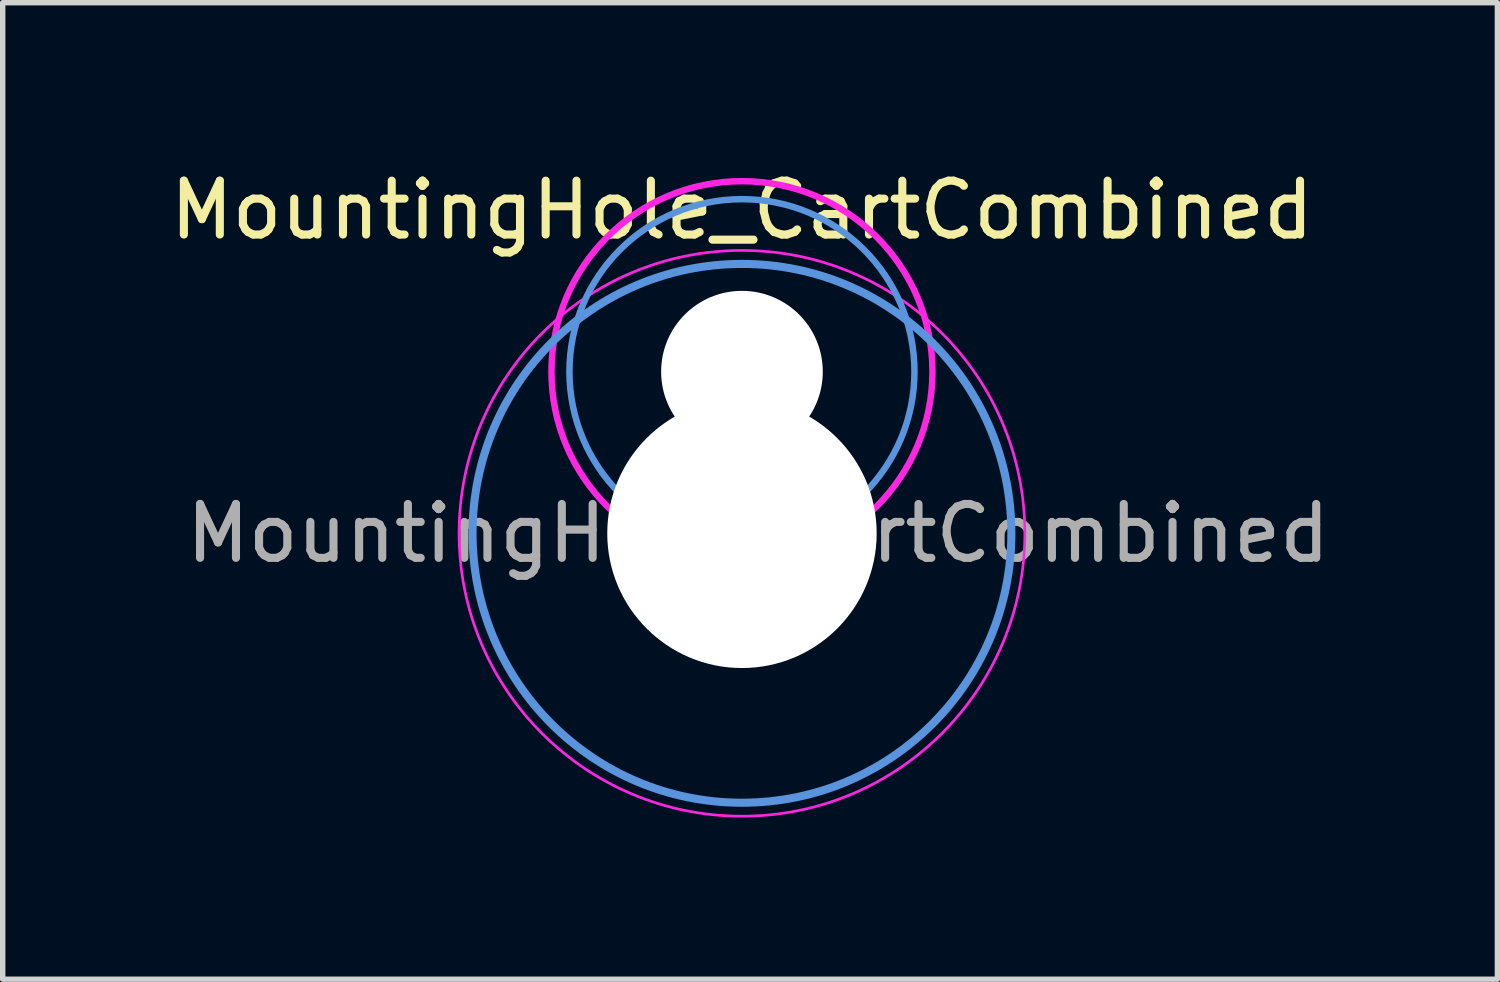
<source format=kicad_pcb>
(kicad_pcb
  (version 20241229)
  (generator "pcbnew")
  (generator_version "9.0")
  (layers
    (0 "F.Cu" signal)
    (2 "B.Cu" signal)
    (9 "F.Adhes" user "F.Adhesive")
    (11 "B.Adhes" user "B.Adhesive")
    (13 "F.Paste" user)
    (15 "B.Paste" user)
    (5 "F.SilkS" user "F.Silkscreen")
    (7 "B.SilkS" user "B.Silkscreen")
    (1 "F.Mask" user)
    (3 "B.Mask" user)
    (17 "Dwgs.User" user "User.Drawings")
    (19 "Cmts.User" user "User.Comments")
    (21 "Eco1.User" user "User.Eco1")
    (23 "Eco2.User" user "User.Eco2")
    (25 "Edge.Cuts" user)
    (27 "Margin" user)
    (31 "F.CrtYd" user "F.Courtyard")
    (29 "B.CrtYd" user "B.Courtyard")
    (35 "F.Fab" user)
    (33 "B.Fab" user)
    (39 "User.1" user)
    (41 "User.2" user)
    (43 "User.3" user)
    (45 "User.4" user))
  (footprint "MountingHole_CartCombined"
    (layer "F.Cu")
    (at 10.72 6.848)
    (property "Reference" "MountingHole_CartCombined" (at 0 -6 0) (layer "F.SilkS") (effects (font (size 1 1) (thickness 0.15))))
    (attr exclude_from_pos_files exclude_from_bom)
    (fp_circle (center 0 -3) (end 2 -5.5) (stroke (width 0.12) (type solid)) (fill no) (layer "Cmts.User"))
    (fp_circle (center 0 0) (end 5 0) (stroke (width 0.15) (type solid)) (fill no) (layer "Cmts.User"))
    (fp_circle (center 0 -3) (end 2.5 -5.5) (stroke (width 0.12) (type solid)) (fill no) (layer "F.CrtYd"))
    (fp_circle (center 0 0) (end 5.25 0) (stroke (width 0.05) (type solid)) (fill no) (layer "F.CrtYd"))
    (fp_text user "${REFERENCE}" (at 0.3 0 0) (layer "F.Fab") (effects (font (size 1 1) (thickness 0.15))))
    (pad "" np_thru_hole circle (at 0 -3) (size 3 3) (drill 3) (layers "*.Cu" "*.Mask"))
    (pad "" np_thru_hole circle (at 0 0) (size 5 5) (drill 5) (layers "*.Cu" "*.Mask")))
  (gr_rect
    (start -3 -3)
    (end 24.74 15.123)
    (stroke (width 0.1) (type default))
    (fill no)
    (layer "Edge.Cuts")))
</source>
